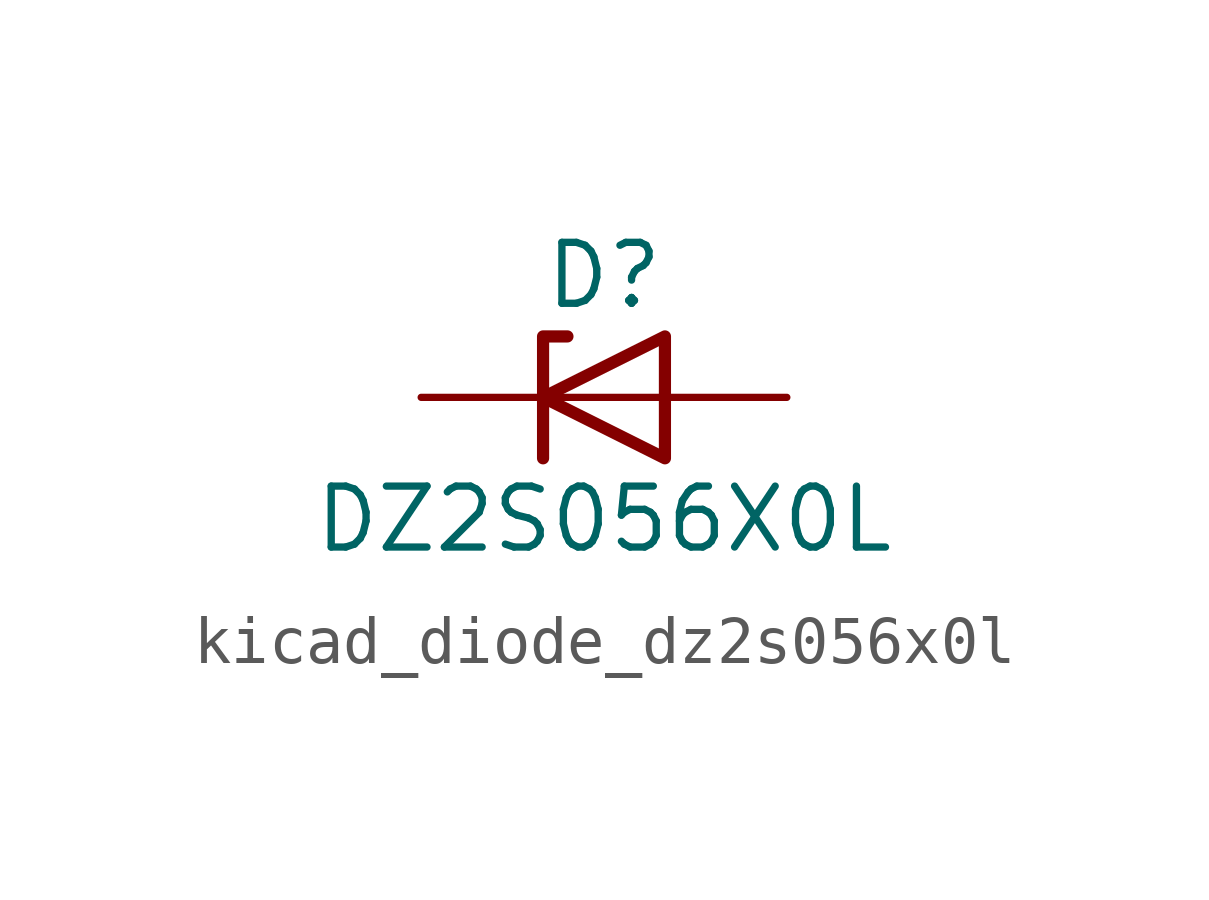
<source format=kicad_sym>
(kicad_symbol_lib
  (version 20220914)
  (generator kicad_symbol_editor)
  (symbol "kicad_diode_dz2s056x0l"
    (pin_numbers hide)
    (pin_names hide)
    (property "Reference" "D"
      (at 0 2.54 0)
      (effects (font (size 1.27 1.27))))
    (property "Value" "DZ2S056X0L"
      (at 0 -2.54 0)
      (effects (font (size 1.27 1.27))))
    (symbol "kicad_diode_dz2s056x0l_0_1"
      (polyline (pts (xy 1.27 0) (xy -1.27 0)) (stroke (width 0) (type default)) (fill (type none)))
      (polyline (pts (xy -1.27 -1.27) (xy -1.27 1.27) (xy -0.762 1.27)) (stroke (width 0.254) (type default)) (fill (type none)))
      (polyline (pts (xy 1.27 -1.27) (xy 1.27 1.27) (xy -1.27 0) (xy 1.27 -1.27)) (stroke (width 0.254) (type default)) (fill (type none))))
    (symbol "kicad_diode_dz2s056x0l_1_1"
      (pin passive line (at -3.81 0 0) (length 2.54) (name "K" (effects (font (size 1.27 1.27)))) (number "1" (effects (font (size 1.27 1.27)))))
      (pin passive line (at 3.81 0 180) (length 2.54) (name "A" (effects (font (size 1.27 1.27)))) (number "2" (effects (font (size 1.27 1.27))))))))
</source>
